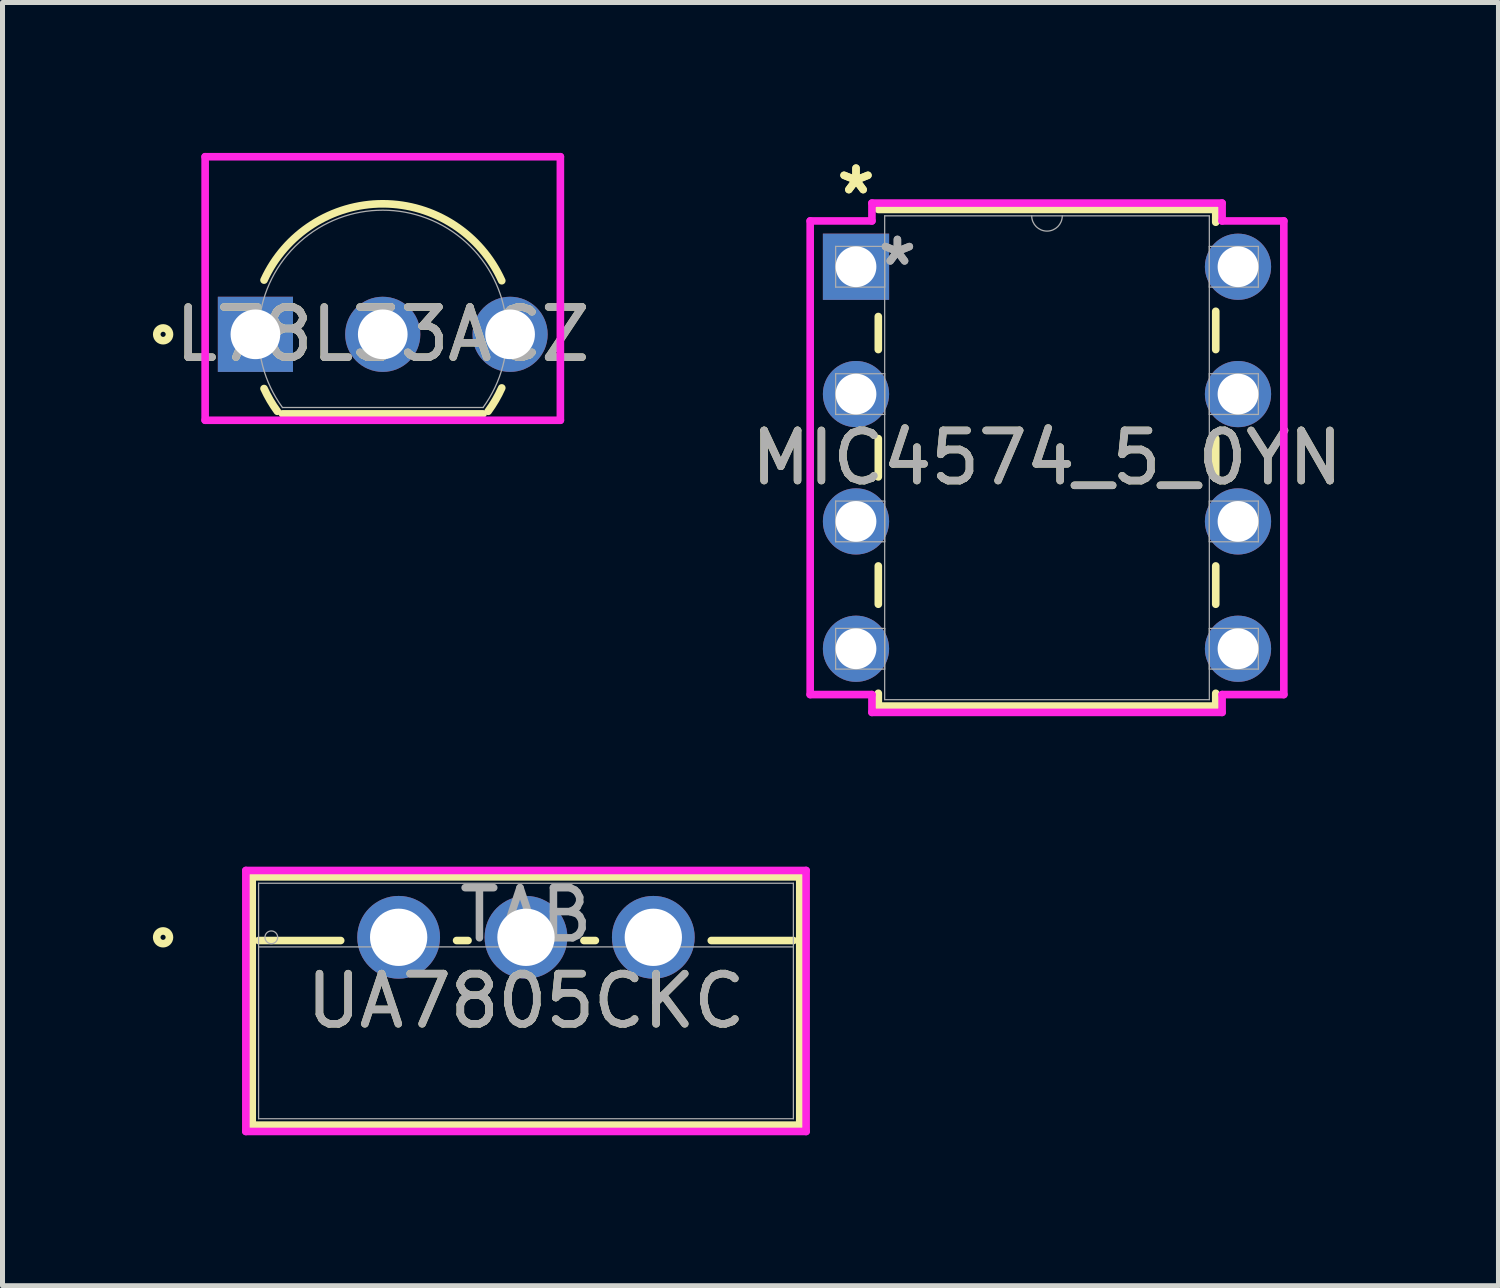
<source format=kicad_pcb>
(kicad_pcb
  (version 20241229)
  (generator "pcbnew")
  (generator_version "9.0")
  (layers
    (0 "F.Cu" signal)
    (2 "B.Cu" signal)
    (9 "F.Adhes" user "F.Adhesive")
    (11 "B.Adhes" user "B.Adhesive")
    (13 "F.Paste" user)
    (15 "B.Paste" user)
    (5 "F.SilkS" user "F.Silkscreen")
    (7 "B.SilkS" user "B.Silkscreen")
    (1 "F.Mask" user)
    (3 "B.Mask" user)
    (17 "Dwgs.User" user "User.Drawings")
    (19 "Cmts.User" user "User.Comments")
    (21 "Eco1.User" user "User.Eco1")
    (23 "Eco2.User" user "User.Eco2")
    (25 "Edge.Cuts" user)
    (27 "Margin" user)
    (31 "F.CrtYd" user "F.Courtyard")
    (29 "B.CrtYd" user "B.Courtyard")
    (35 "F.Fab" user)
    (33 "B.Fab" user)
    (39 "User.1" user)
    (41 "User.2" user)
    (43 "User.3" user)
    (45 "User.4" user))
  (footprint "MIC4574_5_0YN"
    (layer "F.Cu")
    (at 14.025 2.271)
    (property "Reference" "MIC4574_5_0YN" (at 3.81 3.81 0) (unlocked yes) (layer "F.SilkS") (effects (font (size 1 1) (thickness 0.15))))
    (attr through_hole)
    (fp_line (start 0.445 0.993) (end 0.445 1.652) (stroke (width 0.152) (type solid)) (layer "F.SilkS"))
    (fp_line (start 0.445 3.428) (end 0.445 4.192) (stroke (width 0.152) (type solid)) (layer "F.SilkS"))
    (fp_line (start 0.445 5.968) (end 0.445 6.732) (stroke (width 0.152) (type solid)) (layer "F.SilkS"))
    (fp_line (start 0.445 8.508) (end 0.445 8.763) (stroke (width 0.152) (type solid)) (layer "F.SilkS"))
    (fp_line (start 0.445 8.763) (end 7.176 8.763) (stroke (width 0.152) (type solid)) (layer "F.SilkS"))
    (fp_line (start 7.176 -1.143) (end 0.445 -1.143) (stroke (width 0.152) (type solid)) (layer "F.SilkS"))
    (fp_line (start 7.176 -0.888) (end 7.176 -1.143) (stroke (width 0.152) (type solid)) (layer "F.SilkS"))
    (fp_line (start 7.176 1.652) (end 7.176 0.888) (stroke (width 0.152) (type solid)) (layer "F.SilkS"))
    (fp_line (start 7.176 4.192) (end 7.176 3.428) (stroke (width 0.152) (type solid)) (layer "F.SilkS"))
    (fp_line (start 7.176 6.732) (end 7.176 5.968) (stroke (width 0.152) (type solid)) (layer "F.SilkS"))
    (fp_line (start 7.176 8.763) (end 7.176 8.508) (stroke (width 0.152) (type solid)) (layer "F.SilkS"))
    (fp_line (start -0.914 -0.914) (end 0.318 -0.914) (stroke (width 0.152) (type solid)) (layer "F.CrtYd"))
    (fp_line (start -0.914 8.534) (end -0.914 -0.914) (stroke (width 0.152) (type solid)) (layer "F.CrtYd"))
    (fp_line (start 0.318 -1.27) (end 7.303 -1.27) (stroke (width 0.152) (type solid)) (layer "F.CrtYd"))
    (fp_line (start 0.318 -0.914) (end 0.318 -1.27) (stroke (width 0.152) (type solid)) (layer "F.CrtYd"))
    (fp_line (start 0.318 8.534) (end -0.914 8.534) (stroke (width 0.152) (type solid)) (layer "F.CrtYd"))
    (fp_line (start 0.318 8.89) (end 0.318 8.534) (stroke (width 0.152) (type solid)) (layer "F.CrtYd"))
    (fp_line (start 7.303 -1.27) (end 7.303 -0.914) (stroke (width 0.152) (type solid)) (layer "F.CrtYd"))
    (fp_line (start 7.303 8.534) (end 7.303 8.89) (stroke (width 0.152) (type solid)) (layer "F.CrtYd"))
    (fp_line (start 7.303 8.89) (end 0.318 8.89) (stroke (width 0.152) (type solid)) (layer "F.CrtYd"))
    (fp_line (start 8.534 -0.914) (end 7.303 -0.914) (stroke (width 0.152) (type solid)) (layer "F.CrtYd"))
    (fp_line (start 8.534 -0.914) (end 8.534 8.534) (stroke (width 0.152) (type solid)) (layer "F.CrtYd"))
    (fp_line (start 8.534 8.534) (end 7.303 8.534) (stroke (width 0.152) (type solid)) (layer "F.CrtYd"))
    (fp_line (start -0.406 -0.406) (end -0.406 0.406) (stroke (width 0.025) (type solid)) (layer "F.Fab"))
    (fp_line (start -0.406 0.406) (end 0.572 0.406) (stroke (width 0.025) (type solid)) (layer "F.Fab"))
    (fp_line (start -0.406 2.134) (end -0.406 2.946) (stroke (width 0.025) (type solid)) (layer "F.Fab"))
    (fp_line (start -0.406 2.946) (end 0.572 2.946) (stroke (width 0.025) (type solid)) (layer "F.Fab"))
    (fp_line (start -0.406 4.674) (end -0.406 5.486) (stroke (width 0.025) (type solid)) (layer "F.Fab"))
    (fp_line (start -0.406 5.486) (end 0.572 5.486) (stroke (width 0.025) (type solid)) (layer "F.Fab"))
    (fp_line (start -0.406 7.214) (end -0.406 8.026) (stroke (width 0.025) (type solid)) (layer "F.Fab"))
    (fp_line (start -0.406 8.026) (end 0.572 8.026) (stroke (width 0.025) (type solid)) (layer "F.Fab"))
    (fp_line (start 0.572 -1.016) (end 0.572 8.636) (stroke (width 0.025) (type solid)) (layer "F.Fab"))
    (fp_line (start 0.572 -0.406) (end -0.406 -0.406) (stroke (width 0.025) (type solid)) (layer "F.Fab"))
    (fp_line (start 0.572 0.406) (end 0.572 -0.406) (stroke (width 0.025) (type solid)) (layer "F.Fab"))
    (fp_line (start 0.572 2.134) (end -0.406 2.134) (stroke (width 0.025) (type solid)) (layer "F.Fab"))
    (fp_line (start 0.572 2.946) (end 0.572 2.134) (stroke (width 0.025) (type solid)) (layer "F.Fab"))
    (fp_line (start 0.572 4.674) (end -0.406 4.674) (stroke (width 0.025) (type solid)) (layer "F.Fab"))
    (fp_line (start 0.572 5.486) (end 0.572 4.674) (stroke (width 0.025) (type solid)) (layer "F.Fab"))
    (fp_line (start 0.572 7.214) (end -0.406 7.214) (stroke (width 0.025) (type solid)) (layer "F.Fab"))
    (fp_line (start 0.572 8.026) (end 0.572 7.214) (stroke (width 0.025) (type solid)) (layer "F.Fab"))
    (fp_line (start 0.572 8.636) (end 7.048 8.636) (stroke (width 0.025) (type solid)) (layer "F.Fab"))
    (fp_line (start 7.048 -1.016) (end 0.572 -1.016) (stroke (width 0.025) (type solid)) (layer "F.Fab"))
    (fp_line (start 7.048 -0.406) (end 7.048 0.406) (stroke (width 0.025) (type solid)) (layer "F.Fab"))
    (fp_line (start 7.048 0.406) (end 8.026 0.406) (stroke (width 0.025) (type solid)) (layer "F.Fab"))
    (fp_line (start 7.048 2.134) (end 7.048 2.946) (stroke (width 0.025) (type solid)) (layer "F.Fab"))
    (fp_line (start 7.048 2.946) (end 8.026 2.946) (stroke (width 0.025) (type solid)) (layer "F.Fab"))
    (fp_line (start 7.048 4.674) (end 7.048 5.486) (stroke (width 0.025) (type solid)) (layer "F.Fab"))
    (fp_line (start 7.048 5.486) (end 8.026 5.486) (stroke (width 0.025) (type solid)) (layer "F.Fab"))
    (fp_line (start 7.048 7.214) (end 7.048 8.026) (stroke (width 0.025) (type solid)) (layer "F.Fab"))
    (fp_line (start 7.048 8.026) (end 8.026 8.026) (stroke (width 0.025) (type solid)) (layer "F.Fab"))
    (fp_line (start 7.048 8.636) (end 7.048 -1.016) (stroke (width 0.025) (type solid)) (layer "F.Fab"))
    (fp_line (start 8.026 -0.406) (end 7.048 -0.406) (stroke (width 0.025) (type solid)) (layer "F.Fab"))
    (fp_line (start 8.026 0.406) (end 8.026 -0.406) (stroke (width 0.025) (type solid)) (layer "F.Fab"))
    (fp_line (start 8.026 2.134) (end 7.048 2.134) (stroke (width 0.025) (type solid)) (layer "F.Fab"))
    (fp_line (start 8.026 2.946) (end 8.026 2.134) (stroke (width 0.025) (type solid)) (layer "F.Fab"))
    (fp_line (start 8.026 4.674) (end 7.048 4.674) (stroke (width 0.025) (type solid)) (layer "F.Fab"))
    (fp_line (start 8.026 5.486) (end 8.026 4.674) (stroke (width 0.025) (type solid)) (layer "F.Fab"))
    (fp_line (start 8.026 7.214) (end 7.048 7.214) (stroke (width 0.025) (type solid)) (layer "F.Fab"))
    (fp_line (start 8.026 8.026) (end 8.026 7.214) (stroke (width 0.025) (type solid)) (layer "F.Fab"))
    (fp_arc (start 4.1148 -1.016) (mid 3.81 -0.7112) (end 3.5052 -1.016) (stroke (width 0.0254) (type solid)) (layer "F.Fab"))
    (fp_text user "*" (at 0 -1.422 0) (unlocked yes) (layer "F.SilkS") (effects (font (size 1 1) (thickness 0.15))))
    (fp_text user "*" (at 0 -1.422 0) (layer "F.SilkS") (effects (font (size 1 1) (thickness 0.15))))
    (fp_text user "*" (at 0.826 0 0) (unlocked yes) (layer "F.Fab") (effects (font (size 1 1) (thickness 0.15))))
    (fp_text user "${REFERENCE}" (at 3.81 3.81 0) (unlocked yes) (layer "F.Fab") (effects (font (size 1 1) (thickness 0.15))))
    (fp_text user "*" (at 0.826 0 0) (layer "F.Fab") (effects (font (size 1 1) (thickness 0.15))))
    (pad "1" thru_hole rect (at 0 0) (size 1.321 1.321) (drill 0.813) (layers "*.Cu" "*.Mask"))
    (pad "2" thru_hole circle (at 0 2.54) (size 1.321 1.321) (drill 0.813) (layers "*.Cu" "*.Mask"))
    (pad "3" thru_hole circle (at 0 5.08) (size 1.321 1.321) (drill 0.813) (layers "*.Cu" "*.Mask"))
    (pad "4" thru_hole circle (at 0 7.62) (size 1.321 1.321) (drill 0.813) (layers "*.Cu" "*.Mask"))
    (pad "5" thru_hole circle (at 7.62 7.62) (size 1.321 1.321) (drill 0.813) (layers "*.Cu" "*.Mask"))
    (pad "6" thru_hole circle (at 7.62 5.08) (size 1.321 1.321) (drill 0.813) (layers "*.Cu" "*.Mask"))
    (pad "7" thru_hole circle (at 7.62 2.54) (size 1.321 1.321) (drill 0.813) (layers "*.Cu" "*.Mask"))
    (pad "8" thru_hole circle (at 7.62 0) (size 1.321 1.321) (drill 0.813) (layers "*.Cu" "*.Mask")))
  (footprint "L78L33ACZ"
    (layer "F.Cu")
    (at 2.045 3.619)
    (property "Reference" "L78L33ACZ" (at 2.54 0 0) (unlocked yes) (layer "F.SilkS") (effects (font (size 1 1) (thickness 0.15))))
    (attr through_hole)
    (fp_line (start 0.54 1.587) (end 4.54 1.587) (stroke (width 0.152) (type solid)) (layer "F.SilkS"))
    (fp_arc (start 0.172004 -1.082039) (mid 2.547048 -2.60349) (end 4.913819 -1.069203) (stroke (width 0.1524) (type solid)) (layer "F.SilkS"))
    (fp_arc (start 0.437437 1.535397) (mid 0.293256 1.31543) (end 0.172004 1.082039) (stroke (width 0.1524) (type solid)) (layer "F.SilkS"))
    (fp_arc (start 4.913819 1.069203) (mid 4.790296 1.309343) (end 4.642563 1.535397) (stroke (width 0.1524) (type solid)) (layer "F.SilkS"))
    (fp_circle (center -1.841 0) (end -1.714 0) (stroke (width 0.152) (type solid)) (fill no) (layer "F.SilkS"))
    (fp_line (start -1.003 -3.543) (end 6.083 -3.543) (stroke (width 0.152) (type solid)) (layer "F.CrtYd"))
    (fp_line (start -1.003 1.714) (end -1.003 -3.543) (stroke (width 0.152) (type solid)) (layer "F.CrtYd"))
    (fp_line (start 6.083 -3.543) (end 6.083 1.714) (stroke (width 0.152) (type solid)) (layer "F.CrtYd"))
    (fp_line (start 6.083 1.714) (end -1.003 1.714) (stroke (width 0.152) (type solid)) (layer "F.CrtYd"))
    (fp_line (start -0.254 0) (end 0.254 0) (stroke (width 0.152) (type solid)) (layer "F.Fab"))
    (fp_line (start 0 0.254) (end 0 -0.254) (stroke (width 0.152) (type solid)) (layer "F.Fab"))
    (fp_line (start 0.54 1.46) (end 4.54 1.46) (stroke (width 0.025) (type solid)) (layer "F.Fab"))
    (fp_arc (start 0.540001 1.460499) (mid 2.54 -2.4765) (end 4.539998 1.4605) (stroke (width 0.0254) (type solid)) (layer "F.Fab"))
    (fp_circle (center 0.318 0) (end 0.445 0) (stroke (width 0.025) (type solid)) (fill no) (layer "F.Fab"))
    (fp_text user "${REFERENCE}" (at 2.54 0 0) (unlocked yes) (layer "F.Fab") (effects (font (size 1 1) (thickness 0.15))))
    (pad "1" thru_hole rect (at 0 0) (size 1.499 1.499) (drill 0.991) (layers "*.Cu" "*.Mask"))
    (pad "2" thru_hole circle (at 2.54 0) (size 1.499 1.499) (drill 0.991) (layers "*.Cu" "*.Mask"))
    (pad "3" thru_hole circle (at 5.08 0) (size 1.499 1.499) (drill 0.991) (layers "*.Cu" "*.Mask")))
  (footprint "UA7805CKC"
    (layer "F.Cu")
    (at 4.902 15.647)
    (property "Reference" "UA7805CKC" (at 2.54 1.27 0) (unlocked yes) (layer "F.SilkS") (effects (font (size 1 1) (thickness 0.15))))
    (attr through_hole)
    (fp_line (start -2.921 -1.206) (end -2.921 3.747) (stroke (width 0.152) (type solid)) (layer "F.SilkS"))
    (fp_line (start -2.921 3.747) (end 8.001 3.747) (stroke (width 0.152) (type solid)) (layer "F.SilkS"))
    (fp_line (start -2.794 0.064) (end -1.156 0.064) (stroke (width 0.152) (type solid)) (layer "F.SilkS"))
    (fp_line (start 1.156 0.064) (end 1.384 0.064) (stroke (width 0.152) (type solid)) (layer "F.SilkS"))
    (fp_line (start 3.696 0.064) (end 3.924 0.064) (stroke (width 0.152) (type solid)) (layer "F.SilkS"))
    (fp_line (start 6.236 0.064) (end 7.874 0.064) (stroke (width 0.152) (type solid)) (layer "F.SilkS"))
    (fp_line (start 8.001 -1.206) (end -2.921 -1.206) (stroke (width 0.152) (type solid)) (layer "F.SilkS"))
    (fp_line (start 8.001 3.747) (end 8.001 -1.206) (stroke (width 0.152) (type solid)) (layer "F.SilkS"))
    (fp_circle (center -4.699 0) (end -4.572 0) (stroke (width 0.152) (type solid)) (fill no) (layer "F.SilkS"))
    (fp_line (start -3.048 -1.333) (end -3.048 3.873) (stroke (width 0.152) (type solid)) (layer "F.CrtYd"))
    (fp_line (start -3.048 3.873) (end 8.128 3.873) (stroke (width 0.152) (type solid)) (layer "F.CrtYd"))
    (fp_line (start 8.128 -1.333) (end -3.048 -1.333) (stroke (width 0.152) (type solid)) (layer "F.CrtYd"))
    (fp_line (start 8.128 3.873) (end 8.128 -1.333) (stroke (width 0.152) (type solid)) (layer "F.CrtYd"))
    (fp_line (start -2.794 -1.079) (end -2.794 3.619) (stroke (width 0.025) (type solid)) (layer "F.Fab"))
    (fp_line (start -2.794 0.191) (end 7.874 0.191) (stroke (width 0.025) (type solid)) (layer "F.Fab"))
    (fp_line (start -2.794 3.619) (end 7.874 3.619) (stroke (width 0.025) (type solid)) (layer "F.Fab"))
    (fp_line (start 7.874 -1.079) (end -2.794 -1.079) (stroke (width 0.025) (type solid)) (layer "F.Fab"))
    (fp_line (start 7.874 3.619) (end 7.874 -1.079) (stroke (width 0.025) (type solid)) (layer "F.Fab"))
    (fp_circle (center -2.54 0) (end -2.413 0) (stroke (width 0.025) (type solid)) (fill no) (layer "F.Fab"))
    (fp_text user "${REFERENCE}" (at 2.54 1.27 0) (unlocked yes) (layer "F.Fab") (effects (font (size 1 1) (thickness 0.15))))
    (fp_text user "TAB" (at 2.54 -0.445 0) (unlocked yes) (layer "F.Fab") (effects (font (size 1 1) (thickness 0.15))))
    (pad "1" thru_hole circle (at 0 0) (size 1.651 1.651) (drill 1.143) (layers "*.Cu" "*.Mask"))
    (pad "2" thru_hole circle (at 2.54 0) (size 1.651 1.651) (drill 1.143) (layers "*.Cu" "*.Mask"))
    (pad "3" thru_hole circle (at 5.08 0) (size 1.651 1.651) (drill 1.143) (layers "*.Cu" "*.Mask")))
  (gr_rect
    (start -3 -3)
    (end 26.841 22.596)
    (stroke (width 0.1) (type default))
    (fill no)
    (layer "Edge.Cuts")))
</source>
